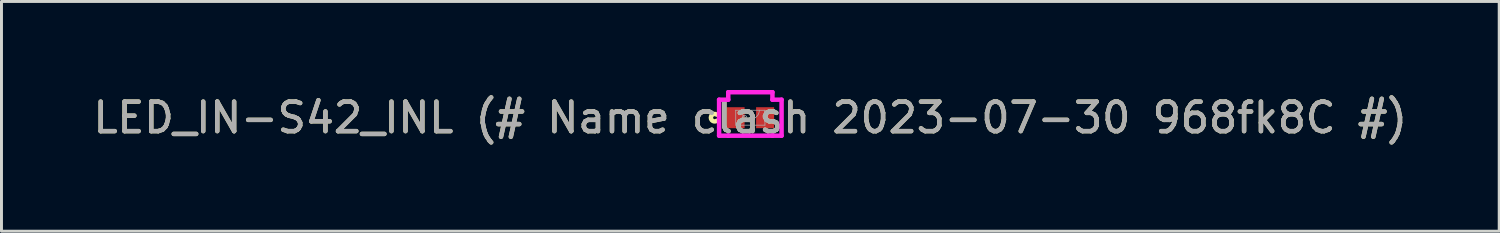
<source format=kicad_pcb>
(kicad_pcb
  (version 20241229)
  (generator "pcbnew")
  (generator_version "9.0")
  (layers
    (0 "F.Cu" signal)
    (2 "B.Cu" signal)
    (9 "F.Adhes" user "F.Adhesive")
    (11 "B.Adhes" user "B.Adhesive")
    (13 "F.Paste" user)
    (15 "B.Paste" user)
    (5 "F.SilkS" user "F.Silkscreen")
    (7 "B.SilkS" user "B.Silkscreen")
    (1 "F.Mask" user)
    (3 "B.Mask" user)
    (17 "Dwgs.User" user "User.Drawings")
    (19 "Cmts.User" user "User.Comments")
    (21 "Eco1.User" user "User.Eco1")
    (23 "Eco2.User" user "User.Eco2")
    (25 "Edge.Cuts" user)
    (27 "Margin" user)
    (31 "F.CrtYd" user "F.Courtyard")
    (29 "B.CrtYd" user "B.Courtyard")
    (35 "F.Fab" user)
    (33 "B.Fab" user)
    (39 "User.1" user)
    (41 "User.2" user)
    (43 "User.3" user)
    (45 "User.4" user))
  (footprint "LED_IN-S42_INL (# Name clash 2023-07-30 968fk8C #)"
    (layer "F.Cu")
    (at 22.387 0.94)
    (property "Reference" "LED_IN-S42_INL (# Name clash 2023-07-30 968fk8C #)" (at 0 0 0) (unlocked yes) (layer "F.SilkS") (effects (font (size 1 1) (thickness 0.15))))
    (attr smd)
    (fp_arc (start -1.137539 0.103456) (mid -1.3382 0) (end -1.137539 -0.103456) (stroke (width 0.1524) (type solid)) (layer "F.SilkS"))
    (fp_line (start -1.059 -0.61) (end -0.749 -0.61) (stroke (width 0.152) (type solid)) (layer "F.CrtYd"))
    (fp_line (start -1.059 0.61) (end -1.059 -0.61) (stroke (width 0.152) (type solid)) (layer "F.CrtYd"))
    (fp_line (start -1.059 0.61) (end -0.749 0.61) (stroke (width 0.152) (type solid)) (layer "F.CrtYd"))
    (fp_line (start -0.749 -0.864) (end 0.749 -0.864) (stroke (width 0.152) (type solid)) (layer "F.CrtYd"))
    (fp_line (start -0.749 -0.61) (end -0.749 -0.864) (stroke (width 0.152) (type solid)) (layer "F.CrtYd"))
    (fp_line (start -0.749 0.61) (end -0.749 0.61) (stroke (width 0.152) (type solid)) (layer "F.CrtYd"))
    (fp_line (start 0.749 -0.864) (end 0.749 -0.61) (stroke (width 0.152) (type solid)) (layer "F.CrtYd"))
    (fp_line (start 0.749 0.61) (end -0.749 0.61) (stroke (width 0.152) (type solid)) (layer "F.CrtYd"))
    (fp_line (start 0.749 0.61) (end 0.749 0.61) (stroke (width 0.152) (type solid)) (layer "F.CrtYd"))
    (fp_line (start 1.059 -0.61) (end 0.749 -0.61) (stroke (width 0.152) (type solid)) (layer "F.CrtYd"))
    (fp_line (start 1.059 -0.61) (end 1.059 0.61) (stroke (width 0.152) (type solid)) (layer "F.CrtYd"))
    (fp_line (start 1.059 0.61) (end 0.749 0.61) (stroke (width 0.152) (type solid)) (layer "F.CrtYd"))
    (fp_line (start -0.495 -0.254) (end -0.495 0.254) (stroke (width 0.025) (type solid)) (layer "F.Fab"))
    (fp_line (start -0.495 0.254) (end 0.495 0.254) (stroke (width 0.025) (type solid)) (layer "F.Fab"))
    (fp_line (start 0.495 -0.254) (end -0.495 -0.254) (stroke (width 0.025) (type solid)) (layer "F.Fab"))
    (fp_line (start 0.495 0.254) (end 0.495 -0.254) (stroke (width 0.025) (type solid)) (layer "F.Fab"))
    (fp_arc (start 0.3048 -0.254) (mid 0 0.0508) (end -0.3048 -0.254) (stroke (width 0.0254) (type solid)) (layer "F.Fab"))
    (fp_circle (center -0.195 0) (end -0.119 0) (stroke (width 0.025) (type solid)) (fill no) (layer "F.Fab"))
    (fp_text user "${REFERENCE}" (at 0 0 0) (unlocked yes) (layer "F.Fab") (effects (font (size 1 1) (thickness 0.15))))
    (pad "1" smd rect (at -0.5 0) (size 0.61 0.711) (layers "F.Cu" "F.Mask" "F.Paste"))
    (pad "2" smd rect (at 0.5 0) (size 0.61 0.711) (layers "F.Cu" "F.Mask" "F.Paste")))
  (gr_rect
    (start -3 -3)
    (end 47.774 4.788)
    (stroke (width 0.1) (type default))
    (fill no)
    (layer "Edge.Cuts")))
</source>
